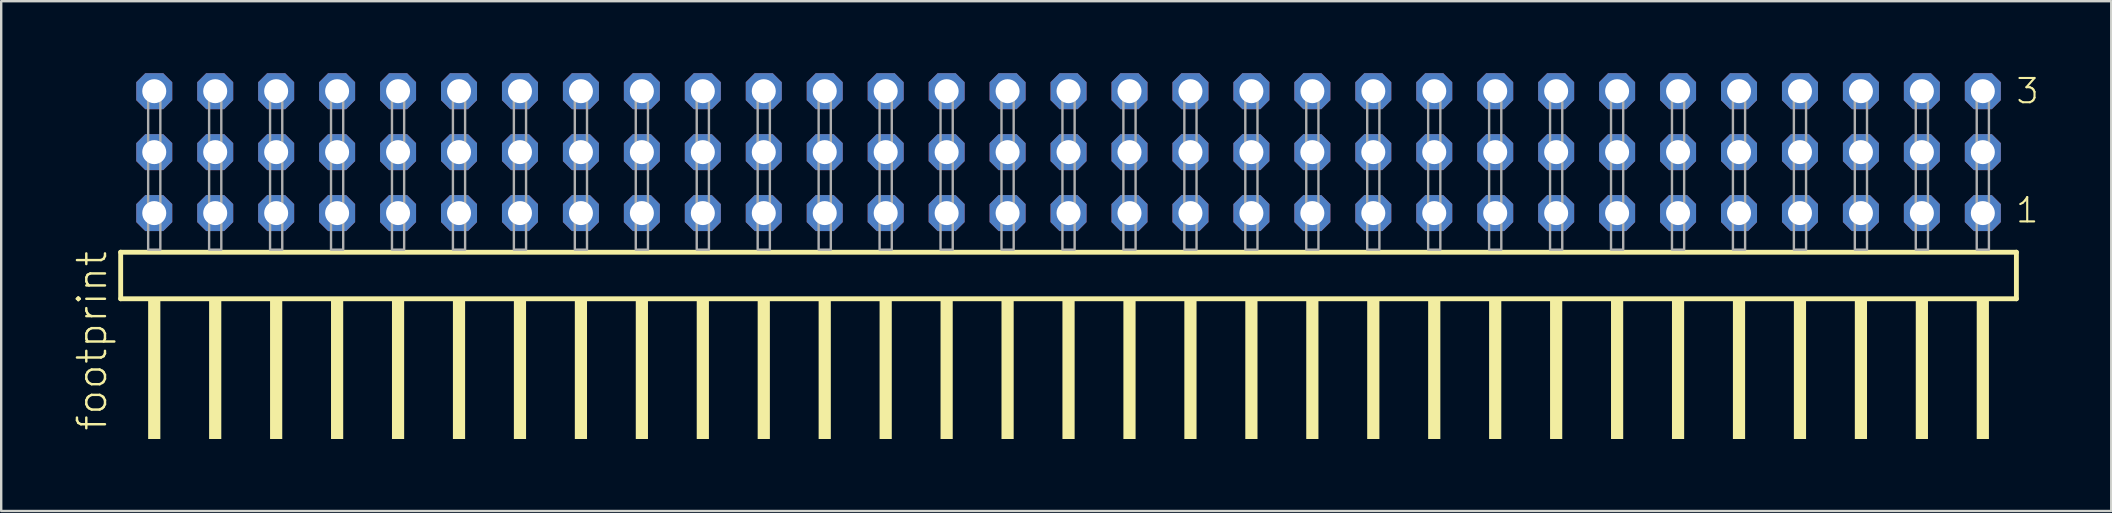
<source format=kicad_pcb>
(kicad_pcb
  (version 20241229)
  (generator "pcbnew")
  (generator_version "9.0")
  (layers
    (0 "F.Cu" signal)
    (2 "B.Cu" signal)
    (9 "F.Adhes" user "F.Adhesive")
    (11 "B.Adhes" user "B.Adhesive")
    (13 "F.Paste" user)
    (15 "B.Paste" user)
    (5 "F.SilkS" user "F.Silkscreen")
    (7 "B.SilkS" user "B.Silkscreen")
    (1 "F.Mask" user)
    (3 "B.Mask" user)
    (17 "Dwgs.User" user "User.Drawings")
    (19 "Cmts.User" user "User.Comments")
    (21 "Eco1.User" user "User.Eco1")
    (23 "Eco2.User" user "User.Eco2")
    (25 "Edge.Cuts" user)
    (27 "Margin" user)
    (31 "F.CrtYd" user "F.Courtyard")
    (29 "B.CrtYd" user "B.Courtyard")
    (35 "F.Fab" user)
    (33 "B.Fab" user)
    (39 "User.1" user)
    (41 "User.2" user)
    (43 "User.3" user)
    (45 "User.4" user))
  (footprint "footprint"
    (layer "F.Cu")
    (at 41.478 7.354)
    (property "Reference" "footprint" (at -40.005 7.62 90) (layer "F.SilkS") (effects (font (size 1.168 1.168) (thickness 0.102)) (justify left bottom)))
    (fp_line (start -39.499 0.106) (end -39.499 2.046) (stroke (width 0.203) (type solid)) (layer "F.SilkS"))
    (fp_line (start -39.499 2.046) (end 39.499 2.046) (stroke (width 0.203) (type solid)) (layer "F.SilkS"))
    (fp_line (start 39.499 0.106) (end -39.499 0.106) (stroke (width 0.203) (type solid)) (layer "F.SilkS"))
    (fp_line (start 39.499 2.046) (end 39.499 0.106) (stroke (width 0.203) (type solid)) (layer "F.SilkS"))
    (fp_poly (pts (xy -38.354 7.89) (xy -37.846 7.89) (xy -37.846 2.04) (xy -38.354 2.04)) (stroke (width 0) (type solid)) (fill yes) (layer "F.SilkS"))
    (fp_poly (pts (xy -35.814 7.89) (xy -35.306 7.89) (xy -35.306 2.04) (xy -35.814 2.04)) (stroke (width 0) (type solid)) (fill yes) (layer "F.SilkS"))
    (fp_poly (pts (xy -33.274 7.89) (xy -32.766 7.89) (xy -32.766 2.04) (xy -33.274 2.04)) (stroke (width 0) (type solid)) (fill yes) (layer "F.SilkS"))
    (fp_poly (pts (xy -30.734 7.89) (xy -30.226 7.89) (xy -30.226 2.04) (xy -30.734 2.04)) (stroke (width 0) (type solid)) (fill yes) (layer "F.SilkS"))
    (fp_poly (pts (xy -28.194 7.89) (xy -27.686 7.89) (xy -27.686 2.04) (xy -28.194 2.04)) (stroke (width 0) (type solid)) (fill yes) (layer "F.SilkS"))
    (fp_poly (pts (xy -25.654 7.89) (xy -25.146 7.89) (xy -25.146 2.04) (xy -25.654 2.04)) (stroke (width 0) (type solid)) (fill yes) (layer "F.SilkS"))
    (fp_poly (pts (xy -23.114 7.89) (xy -22.606 7.89) (xy -22.606 2.04) (xy -23.114 2.04)) (stroke (width 0) (type solid)) (fill yes) (layer "F.SilkS"))
    (fp_poly (pts (xy -20.574 7.89) (xy -20.066 7.89) (xy -20.066 2.04) (xy -20.574 2.04)) (stroke (width 0) (type solid)) (fill yes) (layer "F.SilkS"))
    (fp_poly (pts (xy -18.034 7.89) (xy -17.526 7.89) (xy -17.526 2.04) (xy -18.034 2.04)) (stroke (width 0) (type solid)) (fill yes) (layer "F.SilkS"))
    (fp_poly (pts (xy -15.494 7.89) (xy -14.986 7.89) (xy -14.986 2.04) (xy -15.494 2.04)) (stroke (width 0) (type solid)) (fill yes) (layer "F.SilkS"))
    (fp_poly (pts (xy -12.954 7.89) (xy -12.446 7.89) (xy -12.446 2.04) (xy -12.954 2.04)) (stroke (width 0) (type solid)) (fill yes) (layer "F.SilkS"))
    (fp_poly (pts (xy -10.414 7.89) (xy -9.906 7.89) (xy -9.906 2.04) (xy -10.414 2.04)) (stroke (width 0) (type solid)) (fill yes) (layer "F.SilkS"))
    (fp_poly (pts (xy -7.874 7.89) (xy -7.366 7.89) (xy -7.366 2.04) (xy -7.874 2.04)) (stroke (width 0) (type solid)) (fill yes) (layer "F.SilkS"))
    (fp_poly (pts (xy -5.334 7.89) (xy -4.826 7.89) (xy -4.826 2.04) (xy -5.334 2.04)) (stroke (width 0) (type solid)) (fill yes) (layer "F.SilkS"))
    (fp_poly (pts (xy -2.794 7.89) (xy -2.286 7.89) (xy -2.286 2.04) (xy -2.794 2.04)) (stroke (width 0) (type solid)) (fill yes) (layer "F.SilkS"))
    (fp_poly (pts (xy -0.254 7.89) (xy 0.254 7.89) (xy 0.254 2.04) (xy -0.254 2.04)) (stroke (width 0) (type solid)) (fill yes) (layer "F.SilkS"))
    (fp_poly (pts (xy 2.286 7.89) (xy 2.794 7.89) (xy 2.794 2.04) (xy 2.286 2.04)) (stroke (width 0) (type solid)) (fill yes) (layer "F.SilkS"))
    (fp_poly (pts (xy 4.826 7.89) (xy 5.334 7.89) (xy 5.334 2.04) (xy 4.826 2.04)) (stroke (width 0) (type solid)) (fill yes) (layer "F.SilkS"))
    (fp_poly (pts (xy 7.366 7.89) (xy 7.874 7.89) (xy 7.874 2.04) (xy 7.366 2.04)) (stroke (width 0) (type solid)) (fill yes) (layer "F.SilkS"))
    (fp_poly (pts (xy 9.906 7.89) (xy 10.414 7.89) (xy 10.414 2.04) (xy 9.906 2.04)) (stroke (width 0) (type solid)) (fill yes) (layer "F.SilkS"))
    (fp_poly (pts (xy 12.446 7.89) (xy 12.954 7.89) (xy 12.954 2.04) (xy 12.446 2.04)) (stroke (width 0) (type solid)) (fill yes) (layer "F.SilkS"))
    (fp_poly (pts (xy 14.986 7.89) (xy 15.494 7.89) (xy 15.494 2.04) (xy 14.986 2.04)) (stroke (width 0) (type solid)) (fill yes) (layer "F.SilkS"))
    (fp_poly (pts (xy 17.526 7.89) (xy 18.034 7.89) (xy 18.034 2.04) (xy 17.526 2.04)) (stroke (width 0) (type solid)) (fill yes) (layer "F.SilkS"))
    (fp_poly (pts (xy 20.066 7.89) (xy 20.574 7.89) (xy 20.574 2.04) (xy 20.066 2.04)) (stroke (width 0) (type solid)) (fill yes) (layer "F.SilkS"))
    (fp_poly (pts (xy 22.606 7.89) (xy 23.114 7.89) (xy 23.114 2.04) (xy 22.606 2.04)) (stroke (width 0) (type solid)) (fill yes) (layer "F.SilkS"))
    (fp_poly (pts (xy 25.146 7.89) (xy 25.654 7.89) (xy 25.654 2.04) (xy 25.146 2.04)) (stroke (width 0) (type solid)) (fill yes) (layer "F.SilkS"))
    (fp_poly (pts (xy 27.686 7.89) (xy 28.194 7.89) (xy 28.194 2.04) (xy 27.686 2.04)) (stroke (width 0) (type solid)) (fill yes) (layer "F.SilkS"))
    (fp_poly (pts (xy 30.226 7.89) (xy 30.734 7.89) (xy 30.734 2.04) (xy 30.226 2.04)) (stroke (width 0) (type solid)) (fill yes) (layer "F.SilkS"))
    (fp_poly (pts (xy 32.766 7.89) (xy 33.274 7.89) (xy 33.274 2.04) (xy 32.766 2.04)) (stroke (width 0) (type solid)) (fill yes) (layer "F.SilkS"))
    (fp_poly (pts (xy 35.306 7.89) (xy 35.814 7.89) (xy 35.814 2.04) (xy 35.306 2.04)) (stroke (width 0) (type solid)) (fill yes) (layer "F.SilkS"))
    (fp_poly (pts (xy 37.846 7.89) (xy 38.354 7.89) (xy 38.354 2.04) (xy 37.846 2.04)) (stroke (width 0) (type solid)) (fill yes) (layer "F.SilkS"))
    (fp_poly (pts (xy -38.354 0) (xy -37.846 0) (xy -37.846 -6.858) (xy -38.354 -6.858)) (stroke (width 0.1) (type solid)) (fill no) (layer "F.Fab"))
    (fp_poly (pts (xy -35.814 0) (xy -35.306 0) (xy -35.306 -6.858) (xy -35.814 -6.858)) (stroke (width 0.1) (type solid)) (fill no) (layer "F.Fab"))
    (fp_poly (pts (xy -33.274 0) (xy -32.766 0) (xy -32.766 -6.858) (xy -33.274 -6.858)) (stroke (width 0.1) (type solid)) (fill no) (layer "F.Fab"))
    (fp_poly (pts (xy -30.734 0) (xy -30.226 0) (xy -30.226 -6.858) (xy -30.734 -6.858)) (stroke (width 0.1) (type solid)) (fill no) (layer "F.Fab"))
    (fp_poly (pts (xy -28.194 0) (xy -27.686 0) (xy -27.686 -6.858) (xy -28.194 -6.858)) (stroke (width 0.1) (type solid)) (fill no) (layer "F.Fab"))
    (fp_poly (pts (xy -25.654 0) (xy -25.146 0) (xy -25.146 -6.858) (xy -25.654 -6.858)) (stroke (width 0.1) (type solid)) (fill no) (layer "F.Fab"))
    (fp_poly (pts (xy -23.114 0) (xy -22.606 0) (xy -22.606 -6.858) (xy -23.114 -6.858)) (stroke (width 0.1) (type solid)) (fill no) (layer "F.Fab"))
    (fp_poly (pts (xy -20.574 0) (xy -20.066 0) (xy -20.066 -6.858) (xy -20.574 -6.858)) (stroke (width 0.1) (type solid)) (fill no) (layer "F.Fab"))
    (fp_poly (pts (xy -18.034 0) (xy -17.526 0) (xy -17.526 -6.858) (xy -18.034 -6.858)) (stroke (width 0.1) (type solid)) (fill no) (layer "F.Fab"))
    (fp_poly (pts (xy -15.494 0) (xy -14.986 0) (xy -14.986 -6.858) (xy -15.494 -6.858)) (stroke (width 0.1) (type solid)) (fill no) (layer "F.Fab"))
    (fp_poly (pts (xy -12.954 0) (xy -12.446 0) (xy -12.446 -6.858) (xy -12.954 -6.858)) (stroke (width 0.1) (type solid)) (fill no) (layer "F.Fab"))
    (fp_poly (pts (xy -10.414 0) (xy -9.906 0) (xy -9.906 -6.858) (xy -10.414 -6.858)) (stroke (width 0.1) (type solid)) (fill no) (layer "F.Fab"))
    (fp_poly (pts (xy -7.874 0) (xy -7.366 0) (xy -7.366 -6.858) (xy -7.874 -6.858)) (stroke (width 0.1) (type solid)) (fill no) (layer "F.Fab"))
    (fp_poly (pts (xy -5.334 0) (xy -4.826 0) (xy -4.826 -6.858) (xy -5.334 -6.858)) (stroke (width 0.1) (type solid)) (fill no) (layer "F.Fab"))
    (fp_poly (pts (xy -2.794 0) (xy -2.286 0) (xy -2.286 -6.858) (xy -2.794 -6.858)) (stroke (width 0.1) (type solid)) (fill no) (layer "F.Fab"))
    (fp_poly (pts (xy -0.254 0) (xy 0.254 0) (xy 0.254 -6.858) (xy -0.254 -6.858)) (stroke (width 0.1) (type solid)) (fill no) (layer "F.Fab"))
    (fp_poly (pts (xy 2.286 0) (xy 2.794 0) (xy 2.794 -6.858) (xy 2.286 -6.858)) (stroke (width 0.1) (type solid)) (fill no) (layer "F.Fab"))
    (fp_poly (pts (xy 4.826 0) (xy 5.334 0) (xy 5.334 -6.858) (xy 4.826 -6.858)) (stroke (width 0.1) (type solid)) (fill no) (layer "F.Fab"))
    (fp_poly (pts (xy 7.366 0) (xy 7.874 0) (xy 7.874 -6.858) (xy 7.366 -6.858)) (stroke (width 0.1) (type solid)) (fill no) (layer "F.Fab"))
    (fp_poly (pts (xy 9.906 0) (xy 10.414 0) (xy 10.414 -6.858) (xy 9.906 -6.858)) (stroke (width 0.1) (type solid)) (fill no) (layer "F.Fab"))
    (fp_poly (pts (xy 12.446 0) (xy 12.954 0) (xy 12.954 -6.858) (xy 12.446 -6.858)) (stroke (width 0.1) (type solid)) (fill no) (layer "F.Fab"))
    (fp_poly (pts (xy 14.986 0) (xy 15.494 0) (xy 15.494 -6.858) (xy 14.986 -6.858)) (stroke (width 0.1) (type solid)) (fill no) (layer "F.Fab"))
    (fp_poly (pts (xy 17.526 0) (xy 18.034 0) (xy 18.034 -6.858) (xy 17.526 -6.858)) (stroke (width 0.1) (type solid)) (fill no) (layer "F.Fab"))
    (fp_poly (pts (xy 20.066 0) (xy 20.574 0) (xy 20.574 -6.858) (xy 20.066 -6.858)) (stroke (width 0.1) (type solid)) (fill no) (layer "F.Fab"))
    (fp_poly (pts (xy 22.606 0) (xy 23.114 0) (xy 23.114 -6.858) (xy 22.606 -6.858)) (stroke (width 0.1) (type solid)) (fill no) (layer "F.Fab"))
    (fp_poly (pts (xy 25.146 0) (xy 25.654 0) (xy 25.654 -6.858) (xy 25.146 -6.858)) (stroke (width 0.1) (type solid)) (fill no) (layer "F.Fab"))
    (fp_poly (pts (xy 27.686 0) (xy 28.194 0) (xy 28.194 -6.858) (xy 27.686 -6.858)) (stroke (width 0.1) (type solid)) (fill no) (layer "F.Fab"))
    (fp_poly (pts (xy 30.226 0) (xy 30.734 0) (xy 30.734 -6.858) (xy 30.226 -6.858)) (stroke (width 0.1) (type solid)) (fill no) (layer "F.Fab"))
    (fp_poly (pts (xy 32.766 0) (xy 33.274 0) (xy 33.274 -6.858) (xy 32.766 -6.858)) (stroke (width 0.1) (type solid)) (fill no) (layer "F.Fab"))
    (fp_poly (pts (xy 35.306 0) (xy 35.814 0) (xy 35.814 -6.858) (xy 35.306 -6.858)) (stroke (width 0.1) (type solid)) (fill no) (layer "F.Fab"))
    (fp_poly (pts (xy 37.846 0) (xy 38.354 0) (xy 38.354 -6.858) (xy 37.846 -6.858)) (stroke (width 0.1) (type solid)) (fill no) (layer "F.Fab"))
    (fp_text user "3" (at 39.425 -6.015 0) (layer "F.SilkS") (effects (font (size 1.012 1.012) (thickness 0.088)) (justify left bottom)))
    (fp_text user "1" (at 39.41 -1.05 0) (layer "F.SilkS") (effects (font (size 1.012 1.012) (thickness 0.088)) (justify left bottom)))
    (pad "1" thru_hole roundrect (at 38.1 -1.524 180) (size 1.5 1.5) (drill 1) (layers "*.Cu" "*.Mask") (roundrect_rratio 0.25) (chamfer_ratio 0.25) (chamfer top_left top_right bottom_left bottom_right))
    (pad "2" thru_hole roundrect (at 38.1 -4.064 180) (size 1.5 1.5) (drill 1) (layers "*.Cu" "*.Mask") (roundrect_rratio 0.25) (chamfer_ratio 0.25) (chamfer top_left top_right bottom_left bottom_right))
    (pad "3" thru_hole roundrect (at 38.1 -6.604 180) (size 1.5 1.5) (drill 1) (layers "*.Cu" "*.Mask") (roundrect_rratio 0.25) (chamfer_ratio 0.25) (chamfer top_left top_right bottom_left bottom_right))
    (pad "4" thru_hole roundrect (at 35.56 -1.524 180) (size 1.5 1.5) (drill 1) (layers "*.Cu" "*.Mask") (roundrect_rratio 0.25) (chamfer_ratio 0.25) (chamfer top_left top_right bottom_left bottom_right))
    (pad "5" thru_hole roundrect (at 35.56 -4.064 180) (size 1.5 1.5) (drill 1) (layers "*.Cu" "*.Mask") (roundrect_rratio 0.25) (chamfer_ratio 0.25) (chamfer top_left top_right bottom_left bottom_right))
    (pad "6" thru_hole roundrect (at 35.56 -6.604 180) (size 1.5 1.5) (drill 1) (layers "*.Cu" "*.Mask") (roundrect_rratio 0.25) (chamfer_ratio 0.25) (chamfer top_left top_right bottom_left bottom_right))
    (pad "7" thru_hole roundrect (at 33.02 -1.524 180) (size 1.5 1.5) (drill 1) (layers "*.Cu" "*.Mask") (roundrect_rratio 0.25) (chamfer_ratio 0.25) (chamfer top_left top_right bottom_left bottom_right))
    (pad "8" thru_hole roundrect (at 33.02 -4.064 180) (size 1.5 1.5) (drill 1) (layers "*.Cu" "*.Mask") (roundrect_rratio 0.25) (chamfer_ratio 0.25) (chamfer top_left top_right bottom_left bottom_right))
    (pad "9" thru_hole roundrect (at 33.02 -6.604 180) (size 1.5 1.5) (drill 1) (layers "*.Cu" "*.Mask") (roundrect_rratio 0.25) (chamfer_ratio 0.25) (chamfer top_left top_right bottom_left bottom_right))
    (pad "10" thru_hole roundrect (at 30.48 -1.524 180) (size 1.5 1.5) (drill 1) (layers "*.Cu" "*.Mask") (roundrect_rratio 0.25) (chamfer_ratio 0.25) (chamfer top_left top_right bottom_left bottom_right))
    (pad "11" thru_hole roundrect (at 30.48 -4.064 180) (size 1.5 1.5) (drill 1) (layers "*.Cu" "*.Mask") (roundrect_rratio 0.25) (chamfer_ratio 0.25) (chamfer top_left top_right bottom_left bottom_right))
    (pad "12" thru_hole roundrect (at 30.48 -6.604 180) (size 1.5 1.5) (drill 1) (layers "*.Cu" "*.Mask") (roundrect_rratio 0.25) (chamfer_ratio 0.25) (chamfer top_left top_right bottom_left bottom_right))
    (pad "13" thru_hole roundrect (at 27.94 -1.524 180) (size 1.5 1.5) (drill 1) (layers "*.Cu" "*.Mask") (roundrect_rratio 0.25) (chamfer_ratio 0.25) (chamfer top_left top_right bottom_left bottom_right))
    (pad "14" thru_hole roundrect (at 27.94 -4.064 180) (size 1.5 1.5) (drill 1) (layers "*.Cu" "*.Mask") (roundrect_rratio 0.25) (chamfer_ratio 0.25) (chamfer top_left top_right bottom_left bottom_right))
    (pad "15" thru_hole roundrect (at 27.94 -6.604 180) (size 1.5 1.5) (drill 1) (layers "*.Cu" "*.Mask") (roundrect_rratio 0.25) (chamfer_ratio 0.25) (chamfer top_left top_right bottom_left bottom_right))
    (pad "16" thru_hole roundrect (at 25.4 -1.524 180) (size 1.5 1.5) (drill 1) (layers "*.Cu" "*.Mask") (roundrect_rratio 0.25) (chamfer_ratio 0.25) (chamfer top_left top_right bottom_left bottom_right))
    (pad "17" thru_hole roundrect (at 25.4 -4.064 180) (size 1.5 1.5) (drill 1) (layers "*.Cu" "*.Mask") (roundrect_rratio 0.25) (chamfer_ratio 0.25) (chamfer top_left top_right bottom_left bottom_right))
    (pad "18" thru_hole roundrect (at 25.4 -6.604 180) (size 1.5 1.5) (drill 1) (layers "*.Cu" "*.Mask") (roundrect_rratio 0.25) (chamfer_ratio 0.25) (chamfer top_left top_right bottom_left bottom_right))
    (pad "19" thru_hole roundrect (at 22.86 -1.524 180) (size 1.5 1.5) (drill 1) (layers "*.Cu" "*.Mask") (roundrect_rratio 0.25) (chamfer_ratio 0.25) (chamfer top_left top_right bottom_left bottom_right))
    (pad "20" thru_hole roundrect (at 22.86 -4.064 180) (size 1.5 1.5) (drill 1) (layers "*.Cu" "*.Mask") (roundrect_rratio 0.25) (chamfer_ratio 0.25) (chamfer top_left top_right bottom_left bottom_right))
    (pad "21" thru_hole roundrect (at 22.86 -6.604 180) (size 1.5 1.5) (drill 1) (layers "*.Cu" "*.Mask") (roundrect_rratio 0.25) (chamfer_ratio 0.25) (chamfer top_left top_right bottom_left bottom_right))
    (pad "22" thru_hole roundrect (at 20.32 -1.524 180) (size 1.5 1.5) (drill 1) (layers "*.Cu" "*.Mask") (roundrect_rratio 0.25) (chamfer_ratio 0.25) (chamfer top_left top_right bottom_left bottom_right))
    (pad "23" thru_hole roundrect (at 20.32 -4.064 180) (size 1.5 1.5) (drill 1) (layers "*.Cu" "*.Mask") (roundrect_rratio 0.25) (chamfer_ratio 0.25) (chamfer top_left top_right bottom_left bottom_right))
    (pad "24" thru_hole roundrect (at 20.32 -6.604 180) (size 1.5 1.5) (drill 1) (layers "*.Cu" "*.Mask") (roundrect_rratio 0.25) (chamfer_ratio 0.25) (chamfer top_left top_right bottom_left bottom_right))
    (pad "25" thru_hole roundrect (at 17.78 -1.524 180) (size 1.5 1.5) (drill 1) (layers "*.Cu" "*.Mask") (roundrect_rratio 0.25) (chamfer_ratio 0.25) (chamfer top_left top_right bottom_left bottom_right))
    (pad "26" thru_hole roundrect (at 17.78 -4.064 180) (size 1.5 1.5) (drill 1) (layers "*.Cu" "*.Mask") (roundrect_rratio 0.25) (chamfer_ratio 0.25) (chamfer top_left top_right bottom_left bottom_right))
    (pad "27" thru_hole roundrect (at 17.78 -6.604 180) (size 1.5 1.5) (drill 1) (layers "*.Cu" "*.Mask") (roundrect_rratio 0.25) (chamfer_ratio 0.25) (chamfer top_left top_right bottom_left bottom_right))
    (pad "28" thru_hole roundrect (at 15.24 -1.524 180) (size 1.5 1.5) (drill 1) (layers "*.Cu" "*.Mask") (roundrect_rratio 0.25) (chamfer_ratio 0.25) (chamfer top_left top_right bottom_left bottom_right))
    (pad "29" thru_hole roundrect (at 15.24 -4.064 180) (size 1.5 1.5) (drill 1) (layers "*.Cu" "*.Mask") (roundrect_rratio 0.25) (chamfer_ratio 0.25) (chamfer top_left top_right bottom_left bottom_right))
    (pad "30" thru_hole roundrect (at 15.24 -6.604 180) (size 1.5 1.5) (drill 1) (layers "*.Cu" "*.Mask") (roundrect_rratio 0.25) (chamfer_ratio 0.25) (chamfer top_left top_right bottom_left bottom_right))
    (pad "31" thru_hole roundrect (at 12.7 -1.524 180) (size 1.5 1.5) (drill 1) (layers "*.Cu" "*.Mask") (roundrect_rratio 0.25) (chamfer_ratio 0.25) (chamfer top_left top_right bottom_left bottom_right))
    (pad "32" thru_hole roundrect (at 12.7 -4.064 180) (size 1.5 1.5) (drill 1) (layers "*.Cu" "*.Mask") (roundrect_rratio 0.25) (chamfer_ratio 0.25) (chamfer top_left top_right bottom_left bottom_right))
    (pad "33" thru_hole roundrect (at 12.7 -6.604 180) (size 1.5 1.5) (drill 1) (layers "*.Cu" "*.Mask") (roundrect_rratio 0.25) (chamfer_ratio 0.25) (chamfer top_left top_right bottom_left bottom_right))
    (pad "34" thru_hole roundrect (at 10.16 -1.524 180) (size 1.5 1.5) (drill 1) (layers "*.Cu" "*.Mask") (roundrect_rratio 0.25) (chamfer_ratio 0.25) (chamfer top_left top_right bottom_left bottom_right))
    (pad "35" thru_hole roundrect (at 10.16 -4.064 180) (size 1.5 1.5) (drill 1) (layers "*.Cu" "*.Mask") (roundrect_rratio 0.25) (chamfer_ratio 0.25) (chamfer top_left top_right bottom_left bottom_right))
    (pad "36" thru_hole roundrect (at 10.16 -6.604 180) (size 1.5 1.5) (drill 1) (layers "*.Cu" "*.Mask") (roundrect_rratio 0.25) (chamfer_ratio 0.25) (chamfer top_left top_right bottom_left bottom_right))
    (pad "37" thru_hole roundrect (at 7.62 -1.524 180) (size 1.5 1.5) (drill 1) (layers "*.Cu" "*.Mask") (roundrect_rratio 0.25) (chamfer_ratio 0.25) (chamfer top_left top_right bottom_left bottom_right))
    (pad "38" thru_hole roundrect (at 7.62 -4.064 180) (size 1.5 1.5) (drill 1) (layers "*.Cu" "*.Mask") (roundrect_rratio 0.25) (chamfer_ratio 0.25) (chamfer top_left top_right bottom_left bottom_right))
    (pad "39" thru_hole roundrect (at 7.62 -6.604 180) (size 1.5 1.5) (drill 1) (layers "*.Cu" "*.Mask") (roundrect_rratio 0.25) (chamfer_ratio 0.25) (chamfer top_left top_right bottom_left bottom_right))
    (pad "40" thru_hole roundrect (at 5.08 -1.524 180) (size 1.5 1.5) (drill 1) (layers "*.Cu" "*.Mask") (roundrect_rratio 0.25) (chamfer_ratio 0.25) (chamfer top_left top_right bottom_left bottom_right))
    (pad "41" thru_hole roundrect (at 5.08 -4.064 180) (size 1.5 1.5) (drill 1) (layers "*.Cu" "*.Mask") (roundrect_rratio 0.25) (chamfer_ratio 0.25) (chamfer top_left top_right bottom_left bottom_right))
    (pad "42" thru_hole roundrect (at 5.08 -6.604 180) (size 1.5 1.5) (drill 1) (layers "*.Cu" "*.Mask") (roundrect_rratio 0.25) (chamfer_ratio 0.25) (chamfer top_left top_right bottom_left bottom_right))
    (pad "43" thru_hole roundrect (at 2.54 -1.524 180) (size 1.5 1.5) (drill 1) (layers "*.Cu" "*.Mask") (roundrect_rratio 0.25) (chamfer_ratio 0.25) (chamfer top_left top_right bottom_left bottom_right))
    (pad "44" thru_hole roundrect (at 2.54 -4.064 180) (size 1.5 1.5) (drill 1) (layers "*.Cu" "*.Mask") (roundrect_rratio 0.25) (chamfer_ratio 0.25) (chamfer top_left top_right bottom_left bottom_right))
    (pad "45" thru_hole roundrect (at 2.54 -6.604 180) (size 1.5 1.5) (drill 1) (layers "*.Cu" "*.Mask") (roundrect_rratio 0.25) (chamfer_ratio 0.25) (chamfer top_left top_right bottom_left bottom_right))
    (pad "46" thru_hole roundrect (at 0 -1.524 180) (size 1.5 1.5) (drill 1) (layers "*.Cu" "*.Mask") (roundrect_rratio 0.25) (chamfer_ratio 0.25) (chamfer top_left top_right bottom_left bottom_right))
    (pad "47" thru_hole roundrect (at 0 -4.064 180) (size 1.5 1.5) (drill 1) (layers "*.Cu" "*.Mask") (roundrect_rratio 0.25) (chamfer_ratio 0.25) (chamfer top_left top_right bottom_left bottom_right))
    (pad "48" thru_hole roundrect (at 0 -6.604 180) (size 1.5 1.5) (drill 1) (layers "*.Cu" "*.Mask") (roundrect_rratio 0.25) (chamfer_ratio 0.25) (chamfer top_left top_right bottom_left bottom_right))
    (pad "49" thru_hole roundrect (at -2.54 -1.524 180) (size 1.5 1.5) (drill 1) (layers "*.Cu" "*.Mask") (roundrect_rratio 0.25) (chamfer_ratio 0.25) (chamfer top_left top_right bottom_left bottom_right))
    (pad "50" thru_hole roundrect (at -2.54 -4.064 180) (size 1.5 1.5) (drill 1) (layers "*.Cu" "*.Mask") (roundrect_rratio 0.25) (chamfer_ratio 0.25) (chamfer top_left top_right bottom_left bottom_right))
    (pad "51" thru_hole roundrect (at -2.54 -6.604 180) (size 1.5 1.5) (drill 1) (layers "*.Cu" "*.Mask") (roundrect_rratio 0.25) (chamfer_ratio 0.25) (chamfer top_left top_right bottom_left bottom_right))
    (pad "52" thru_hole roundrect (at -5.08 -1.524 180) (size 1.5 1.5) (drill 1) (layers "*.Cu" "*.Mask") (roundrect_rratio 0.25) (chamfer_ratio 0.25) (chamfer top_left top_right bottom_left bottom_right))
    (pad "53" thru_hole roundrect (at -5.08 -4.064 180) (size 1.5 1.5) (drill 1) (layers "*.Cu" "*.Mask") (roundrect_rratio 0.25) (chamfer_ratio 0.25) (chamfer top_left top_right bottom_left bottom_right))
    (pad "54" thru_hole roundrect (at -5.08 -6.604 180) (size 1.5 1.5) (drill 1) (layers "*.Cu" "*.Mask") (roundrect_rratio 0.25) (chamfer_ratio 0.25) (chamfer top_left top_right bottom_left bottom_right))
    (pad "55" thru_hole roundrect (at -7.62 -1.524 180) (size 1.5 1.5) (drill 1) (layers "*.Cu" "*.Mask") (roundrect_rratio 0.25) (chamfer_ratio 0.25) (chamfer top_left top_right bottom_left bottom_right))
    (pad "56" thru_hole roundrect (at -7.62 -4.064 180) (size 1.5 1.5) (drill 1) (layers "*.Cu" "*.Mask") (roundrect_rratio 0.25) (chamfer_ratio 0.25) (chamfer top_left top_right bottom_left bottom_right))
    (pad "57" thru_hole roundrect (at -7.62 -6.604 180) (size 1.5 1.5) (drill 1) (layers "*.Cu" "*.Mask") (roundrect_rratio 0.25) (chamfer_ratio 0.25) (chamfer top_left top_right bottom_left bottom_right))
    (pad "58" thru_hole roundrect (at -10.16 -1.524 180) (size 1.5 1.5) (drill 1) (layers "*.Cu" "*.Mask") (roundrect_rratio 0.25) (chamfer_ratio 0.25) (chamfer top_left top_right bottom_left bottom_right))
    (pad "59" thru_hole roundrect (at -10.16 -4.064 180) (size 1.5 1.5) (drill 1) (layers "*.Cu" "*.Mask") (roundrect_rratio 0.25) (chamfer_ratio 0.25) (chamfer top_left top_right bottom_left bottom_right))
    (pad "60" thru_hole roundrect (at -10.16 -6.604 180) (size 1.5 1.5) (drill 1) (layers "*.Cu" "*.Mask") (roundrect_rratio 0.25) (chamfer_ratio 0.25) (chamfer top_left top_right bottom_left bottom_right))
    (pad "61" thru_hole roundrect (at -12.7 -1.524 180) (size 1.5 1.5) (drill 1) (layers "*.Cu" "*.Mask") (roundrect_rratio 0.25) (chamfer_ratio 0.25) (chamfer top_left top_right bottom_left bottom_right))
    (pad "62" thru_hole roundrect (at -12.7 -4.064 180) (size 1.5 1.5) (drill 1) (layers "*.Cu" "*.Mask") (roundrect_rratio 0.25) (chamfer_ratio 0.25) (chamfer top_left top_right bottom_left bottom_right))
    (pad "63" thru_hole roundrect (at -12.7 -6.604 180) (size 1.5 1.5) (drill 1) (layers "*.Cu" "*.Mask") (roundrect_rratio 0.25) (chamfer_ratio 0.25) (chamfer top_left top_right bottom_left bottom_right))
    (pad "64" thru_hole roundrect (at -15.24 -1.524 180) (size 1.5 1.5) (drill 1) (layers "*.Cu" "*.Mask") (roundrect_rratio 0.25) (chamfer_ratio 0.25) (chamfer top_left top_right bottom_left bottom_right))
    (pad "65" thru_hole roundrect (at -15.24 -4.064 180) (size 1.5 1.5) (drill 1) (layers "*.Cu" "*.Mask") (roundrect_rratio 0.25) (chamfer_ratio 0.25) (chamfer top_left top_right bottom_left bottom_right))
    (pad "66" thru_hole roundrect (at -15.24 -6.604 180) (size 1.5 1.5) (drill 1) (layers "*.Cu" "*.Mask") (roundrect_rratio 0.25) (chamfer_ratio 0.25) (chamfer top_left top_right bottom_left bottom_right))
    (pad "67" thru_hole roundrect (at -17.78 -1.524 180) (size 1.5 1.5) (drill 1) (layers "*.Cu" "*.Mask") (roundrect_rratio 0.25) (chamfer_ratio 0.25) (chamfer top_left top_right bottom_left bottom_right))
    (pad "68" thru_hole roundrect (at -17.78 -4.064 180) (size 1.5 1.5) (drill 1) (layers "*.Cu" "*.Mask") (roundrect_rratio 0.25) (chamfer_ratio 0.25) (chamfer top_left top_right bottom_left bottom_right))
    (pad "69" thru_hole roundrect (at -17.78 -6.604 180) (size 1.5 1.5) (drill 1) (layers "*.Cu" "*.Mask") (roundrect_rratio 0.25) (chamfer_ratio 0.25) (chamfer top_left top_right bottom_left bottom_right))
    (pad "70" thru_hole roundrect (at -20.32 -1.524 180) (size 1.5 1.5) (drill 1) (layers "*.Cu" "*.Mask") (roundrect_rratio 0.25) (chamfer_ratio 0.25) (chamfer top_left top_right bottom_left bottom_right))
    (pad "71" thru_hole roundrect (at -20.32 -4.064 180) (size 1.5 1.5) (drill 1) (layers "*.Cu" "*.Mask") (roundrect_rratio 0.25) (chamfer_ratio 0.25) (chamfer top_left top_right bottom_left bottom_right))
    (pad "72" thru_hole roundrect (at -20.32 -6.604 180) (size 1.5 1.5) (drill 1) (layers "*.Cu" "*.Mask") (roundrect_rratio 0.25) (chamfer_ratio 0.25) (chamfer top_left top_right bottom_left bottom_right))
    (pad "73" thru_hole roundrect (at -22.86 -1.524 180) (size 1.5 1.5) (drill 1) (layers "*.Cu" "*.Mask") (roundrect_rratio 0.25) (chamfer_ratio 0.25) (chamfer top_left top_right bottom_left bottom_right))
    (pad "74" thru_hole roundrect (at -22.86 -4.064 180) (size 1.5 1.5) (drill 1) (layers "*.Cu" "*.Mask") (roundrect_rratio 0.25) (chamfer_ratio 0.25) (chamfer top_left top_right bottom_left bottom_right))
    (pad "75" thru_hole roundrect (at -22.86 -6.604 180) (size 1.5 1.5) (drill 1) (layers "*.Cu" "*.Mask") (roundrect_rratio 0.25) (chamfer_ratio 0.25) (chamfer top_left top_right bottom_left bottom_right))
    (pad "76" thru_hole roundrect (at -25.4 -1.524 180) (size 1.5 1.5) (drill 1) (layers "*.Cu" "*.Mask") (roundrect_rratio 0.25) (chamfer_ratio 0.25) (chamfer top_left top_right bottom_left bottom_right))
    (pad "77" thru_hole roundrect (at -25.4 -4.064 180) (size 1.5 1.5) (drill 1) (layers "*.Cu" "*.Mask") (roundrect_rratio 0.25) (chamfer_ratio 0.25) (chamfer top_left top_right bottom_left bottom_right))
    (pad "78" thru_hole roundrect (at -25.4 -6.604 180) (size 1.5 1.5) (drill 1) (layers "*.Cu" "*.Mask") (roundrect_rratio 0.25) (chamfer_ratio 0.25) (chamfer top_left top_right bottom_left bottom_right))
    (pad "79" thru_hole roundrect (at -27.94 -1.524 180) (size 1.5 1.5) (drill 1) (layers "*.Cu" "*.Mask") (roundrect_rratio 0.25) (chamfer_ratio 0.25) (chamfer top_left top_right bottom_left bottom_right))
    (pad "80" thru_hole roundrect (at -27.94 -4.064 180) (size 1.5 1.5) (drill 1) (layers "*.Cu" "*.Mask") (roundrect_rratio 0.25) (chamfer_ratio 0.25) (chamfer top_left top_right bottom_left bottom_right))
    (pad "81" thru_hole roundrect (at -27.94 -6.604 180) (size 1.5 1.5) (drill 1) (layers "*.Cu" "*.Mask") (roundrect_rratio 0.25) (chamfer_ratio 0.25) (chamfer top_left top_right bottom_left bottom_right))
    (pad "82" thru_hole roundrect (at -30.48 -1.524 180) (size 1.5 1.5) (drill 1) (layers "*.Cu" "*.Mask") (roundrect_rratio 0.25) (chamfer_ratio 0.25) (chamfer top_left top_right bottom_left bottom_right))
    (pad "83" thru_hole roundrect (at -30.48 -4.064 180) (size 1.5 1.5) (drill 1) (layers "*.Cu" "*.Mask") (roundrect_rratio 0.25) (chamfer_ratio 0.25) (chamfer top_left top_right bottom_left bottom_right))
    (pad "84" thru_hole roundrect (at -30.48 -6.604 180) (size 1.5 1.5) (drill 1) (layers "*.Cu" "*.Mask") (roundrect_rratio 0.25) (chamfer_ratio 0.25) (chamfer top_left top_right bottom_left bottom_right))
    (pad "85" thru_hole roundrect (at -33.02 -1.524 180) (size 1.5 1.5) (drill 1) (layers "*.Cu" "*.Mask") (roundrect_rratio 0.25) (chamfer_ratio 0.25) (chamfer top_left top_right bottom_left bottom_right))
    (pad "86" thru_hole roundrect (at -33.02 -4.064 180) (size 1.5 1.5) (drill 1) (layers "*.Cu" "*.Mask") (roundrect_rratio 0.25) (chamfer_ratio 0.25) (chamfer top_left top_right bottom_left bottom_right))
    (pad "87" thru_hole roundrect (at -33.02 -6.604 180) (size 1.5 1.5) (drill 1) (layers "*.Cu" "*.Mask") (roundrect_rratio 0.25) (chamfer_ratio 0.25) (chamfer top_left top_right bottom_left bottom_right))
    (pad "88" thru_hole roundrect (at -35.56 -1.524 180) (size 1.5 1.5) (drill 1) (layers "*.Cu" "*.Mask") (roundrect_rratio 0.25) (chamfer_ratio 0.25) (chamfer top_left top_right bottom_left bottom_right))
    (pad "89" thru_hole roundrect (at -35.56 -4.064 180) (size 1.5 1.5) (drill 1) (layers "*.Cu" "*.Mask") (roundrect_rratio 0.25) (chamfer_ratio 0.25) (chamfer top_left top_right bottom_left bottom_right))
    (pad "90" thru_hole roundrect (at -35.56 -6.604 180) (size 1.5 1.5) (drill 1) (layers "*.Cu" "*.Mask") (roundrect_rratio 0.25) (chamfer_ratio 0.25) (chamfer top_left top_right bottom_left bottom_right))
    (pad "91" thru_hole roundrect (at -38.1 -1.524 180) (size 1.5 1.5) (drill 1) (layers "*.Cu" "*.Mask") (roundrect_rratio 0.25) (chamfer_ratio 0.25) (chamfer top_left top_right bottom_left bottom_right))
    (pad "92" thru_hole roundrect (at -38.1 -4.064 180) (size 1.5 1.5) (drill 1) (layers "*.Cu" "*.Mask") (roundrect_rratio 0.25) (chamfer_ratio 0.25) (chamfer top_left top_right bottom_left bottom_right))
    (pad "93" thru_hole roundrect (at -38.1 -6.604 180) (size 1.5 1.5) (drill 1) (layers "*.Cu" "*.Mask") (roundrect_rratio 0.25) (chamfer_ratio 0.25) (chamfer top_left top_right bottom_left bottom_right)))
  (gr_rect
    (start -3 -3)
    (end 84.929 18.244)
    (stroke (width 0.1) (type default))
    (fill no)
    (layer "Edge.Cuts")))
</source>
